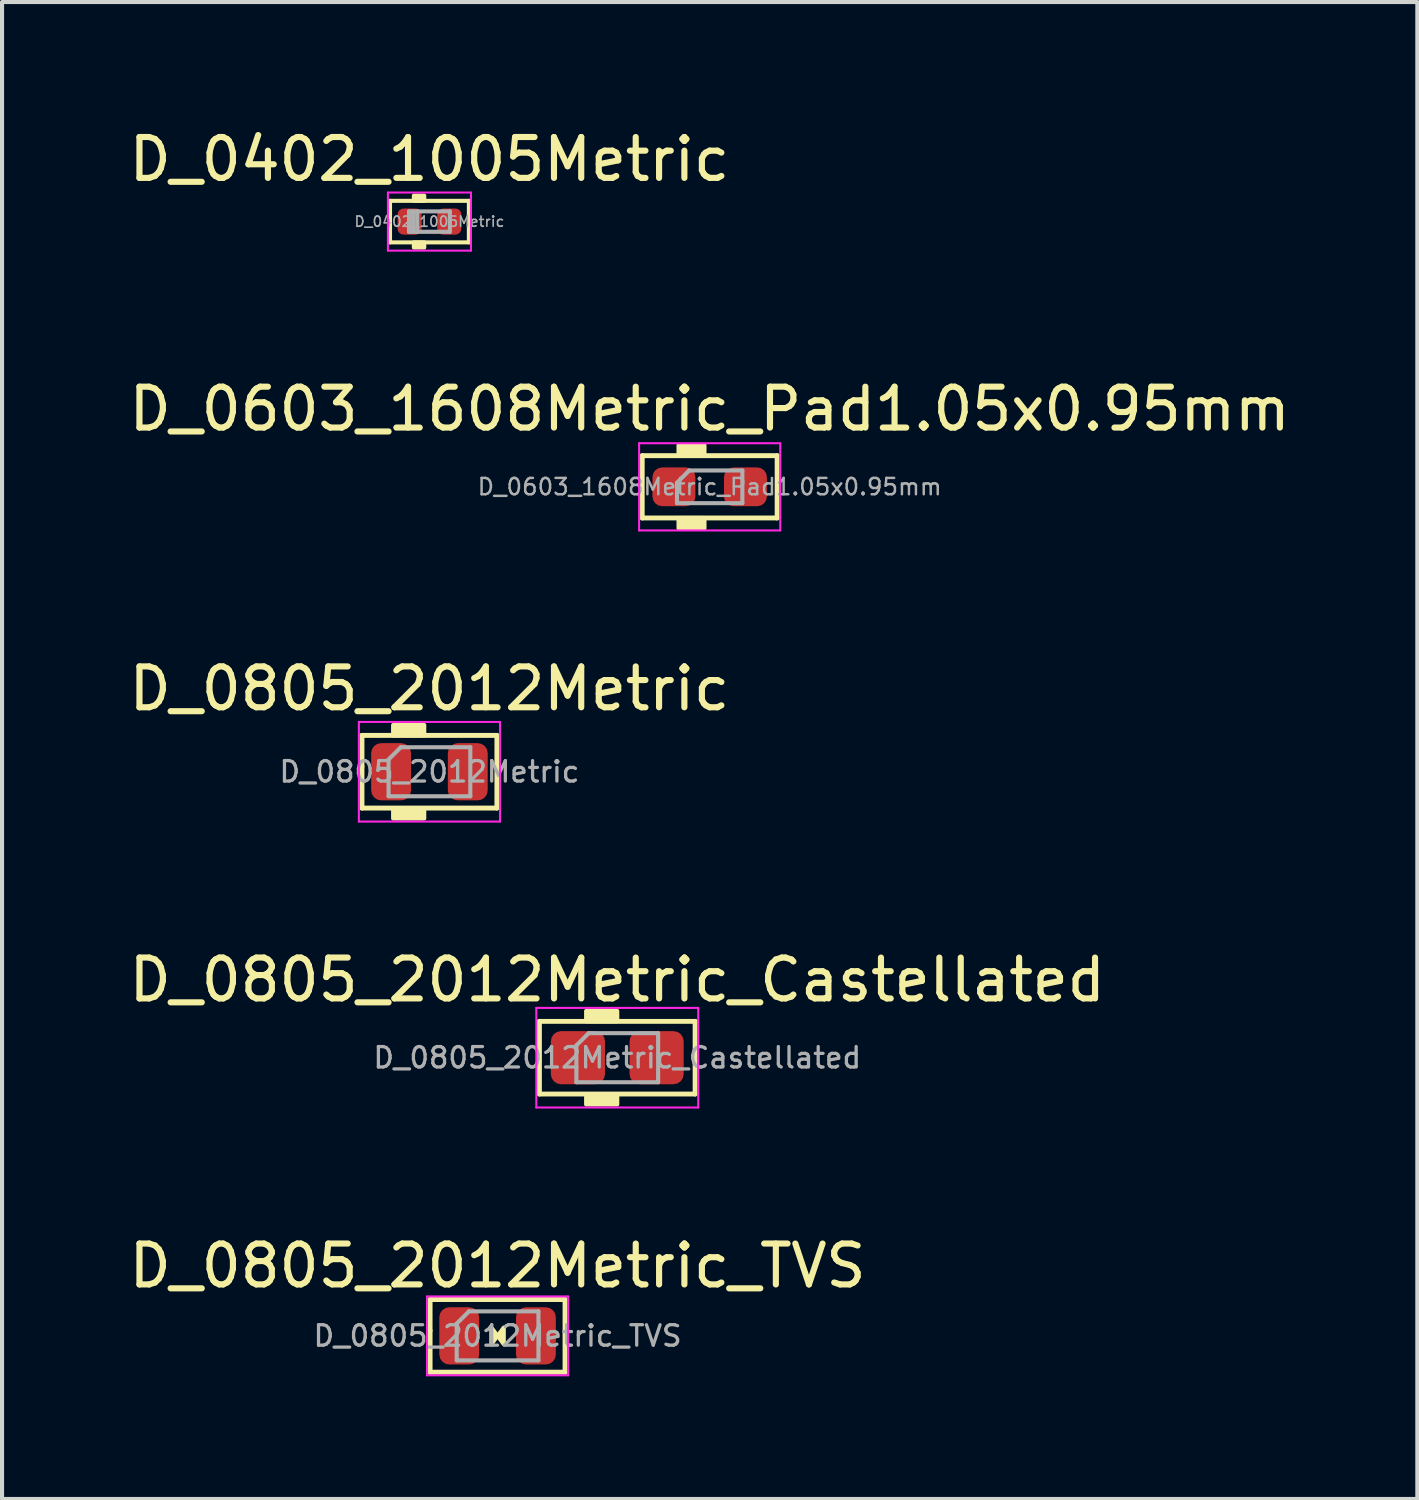
<source format=kicad_pcb>
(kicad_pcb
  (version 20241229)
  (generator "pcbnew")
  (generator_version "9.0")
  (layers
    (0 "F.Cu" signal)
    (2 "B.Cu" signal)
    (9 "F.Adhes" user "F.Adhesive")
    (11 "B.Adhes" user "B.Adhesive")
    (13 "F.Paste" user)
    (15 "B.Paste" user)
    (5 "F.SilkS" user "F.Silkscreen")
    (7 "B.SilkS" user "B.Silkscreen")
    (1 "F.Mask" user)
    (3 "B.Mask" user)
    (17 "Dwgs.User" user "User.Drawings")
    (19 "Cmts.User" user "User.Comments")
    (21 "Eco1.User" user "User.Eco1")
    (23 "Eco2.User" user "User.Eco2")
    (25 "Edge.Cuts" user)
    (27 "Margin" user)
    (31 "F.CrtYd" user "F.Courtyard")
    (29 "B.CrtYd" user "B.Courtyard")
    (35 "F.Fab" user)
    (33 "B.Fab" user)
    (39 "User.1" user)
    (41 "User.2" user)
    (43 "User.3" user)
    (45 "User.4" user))
  (footprint "D_0805_2012Metric_TVS"
    (layer "F.Cu")
    (at 9.125 29.638)
    (property "Reference" "D_0805_2012Metric_TVS" (at 0 -1.714 0) (layer "F.SilkS") (effects (font (size 1 1) (thickness 0.15))))
    (attr smd)
    (fp_line (start -1.651 -0.889) (end 1.651 -0.889) (stroke (width 0.12) (type solid)) (layer "F.SilkS"))
    (fp_line (start -1.651 -0.127) (end -1.651 -0.889) (stroke (width 0.12) (type solid)) (layer "F.SilkS"))
    (fp_line (start -1.651 0.889) (end -1.651 -0.127) (stroke (width 0.12) (type solid)) (layer "F.SilkS"))
    (fp_line (start 1.651 -0.889) (end 1.651 0.889) (stroke (width 0.12) (type solid)) (layer "F.SilkS"))
    (fp_line (start 1.651 0.889) (end -1.651 0.889) (stroke (width 0.12) (type solid)) (layer "F.SilkS"))
    (fp_poly (pts (xy 0 0) (xy -0.152 0.203) (xy -0.152 -0.203)) (stroke (width 0.1) (type solid)) (fill yes) (layer "F.SilkS"))
    (fp_poly (pts (xy 0 0) (xy 0.152 -0.203) (xy 0.152 0.203)) (stroke (width 0.1) (type solid)) (fill yes) (layer "F.SilkS"))
    (fp_line (start -1.727 -0.965) (end 1.727 -0.965) (stroke (width 0.05) (type solid)) (layer "F.CrtYd"))
    (fp_line (start -1.727 0.965) (end -1.727 -0.965) (stroke (width 0.05) (type solid)) (layer "F.CrtYd"))
    (fp_line (start 1.727 -0.965) (end 1.727 0.965) (stroke (width 0.05) (type solid)) (layer "F.CrtYd"))
    (fp_line (start 1.727 0.965) (end -1.727 0.965) (stroke (width 0.05) (type solid)) (layer "F.CrtYd"))
    (fp_line (start -1 -0.3) (end -1 0.6) (stroke (width 0.1) (type solid)) (layer "F.Fab"))
    (fp_line (start -1 0.6) (end 1 0.6) (stroke (width 0.1) (type solid)) (layer "F.Fab"))
    (fp_line (start -0.7 -0.6) (end -1 -0.3) (stroke (width 0.1) (type solid)) (layer "F.Fab"))
    (fp_line (start 1 -0.6) (end -0.7 -0.6) (stroke (width 0.1) (type solid)) (layer "F.Fab"))
    (fp_line (start 1 0.6) (end 1 -0.6) (stroke (width 0.1) (type solid)) (layer "F.Fab"))
    (fp_text user "${REFERENCE}" (at 0 0 0) (layer "F.Fab") (effects (font (size 0.5 0.5) (thickness 0.08))))
    (pad "1" smd roundrect (at -0.938 0) (size 0.975 1.4) (layers "F.Cu" "F.Mask" "F.Paste") (roundrect_rratio 0.25))
    (pad "2" smd roundrect (at 0.938 0) (size 0.975 1.4) (layers "F.Cu" "F.Mask" "F.Paste") (roundrect_rratio 0.25)))
  (footprint "D_0805_2012Metric_Castellated"
    (layer "F.Cu")
    (at 12.054 22.831)
    (property "Reference" "D_0805_2012Metric_Castellated" (at 0 -1.905 0) (layer "F.SilkS") (effects (font (size 1 1) (thickness 0.15))))
    (attr smd)
    (fp_line (start -1.905 -0.889) (end 1.905 -0.889) (stroke (width 0.12) (type solid)) (layer "F.SilkS"))
    (fp_line (start -1.905 0.889) (end -1.905 -0.889) (stroke (width 0.12) (type solid)) (layer "F.SilkS"))
    (fp_line (start 1.905 -0.889) (end 1.905 0.889) (stroke (width 0.12) (type solid)) (layer "F.SilkS"))
    (fp_line (start 1.905 0.889) (end -1.905 0.889) (stroke (width 0.12) (type solid)) (layer "F.SilkS"))
    (fp_poly (pts (xy 0 -0.889) (xy -0.762 -0.889) (xy -0.762 -1.143) (xy 0 -1.143)) (stroke (width 0.1) (type solid)) (fill yes) (layer "F.SilkS"))
    (fp_poly (pts (xy 0 1.143) (xy -0.762 1.143) (xy -0.762 0.889) (xy 0 0.889)) (stroke (width 0.1) (type solid)) (fill yes) (layer "F.SilkS"))
    (fp_line (start -1.981 -1.219) (end 1.981 -1.219) (stroke (width 0.05) (type solid)) (layer "F.CrtYd"))
    (fp_line (start -1.981 1.219) (end -1.981 -1.219) (stroke (width 0.05) (type solid)) (layer "F.CrtYd"))
    (fp_line (start 1.981 -1.219) (end 1.981 1.219) (stroke (width 0.05) (type solid)) (layer "F.CrtYd"))
    (fp_line (start 1.981 1.219) (end -1.981 1.219) (stroke (width 0.05) (type solid)) (layer "F.CrtYd"))
    (fp_line (start -1 -0.3) (end -1 0.6) (stroke (width 0.1) (type solid)) (layer "F.Fab"))
    (fp_line (start -1 0.6) (end 1 0.6) (stroke (width 0.1) (type solid)) (layer "F.Fab"))
    (fp_line (start -0.7 -0.6) (end -1 -0.3) (stroke (width 0.1) (type solid)) (layer "F.Fab"))
    (fp_line (start 1 -0.6) (end -0.7 -0.6) (stroke (width 0.1) (type solid)) (layer "F.Fab"))
    (fp_line (start 1 0.6) (end 1 -0.6) (stroke (width 0.1) (type solid)) (layer "F.Fab"))
    (fp_text user "${REFERENCE}" (at 0 0 0) (layer "F.Fab") (effects (font (size 0.5 0.5) (thickness 0.08))))
    (pad "1" smd roundrect (at -0.963 0) (size 1.325 1.3) (layers "F.Cu" "F.Mask" "F.Paste") (roundrect_rratio 0.192))
    (pad "2" smd roundrect (at 0.963 0) (size 1.325 1.3) (layers "F.Cu" "F.Mask" "F.Paste") (roundrect_rratio 0.192)))
  (footprint "D_0603_1608Metric_Pad1.05x0.95mm"
    (layer "F.Cu")
    (at 14.315 8.862)
    (property "Reference" "D_0603_1608Metric_Pad1.05x0.95mm" (at 0 -1.905 0) (layer "F.SilkS") (effects (font (size 1 1) (thickness 0.15))))
    (attr smd)
    (fp_line (start -1.651 -0.762) (end 1.651 -0.762) (stroke (width 0.12) (type solid)) (layer "F.SilkS"))
    (fp_line (start -1.651 0.762) (end -1.651 -0.762) (stroke (width 0.12) (type solid)) (layer "F.SilkS"))
    (fp_line (start 1.651 -0.762) (end 1.651 0.762) (stroke (width 0.12) (type solid)) (layer "F.SilkS"))
    (fp_line (start 1.651 0.762) (end -1.651 0.762) (stroke (width 0.12) (type solid)) (layer "F.SilkS"))
    (fp_poly (pts (xy -0.127 -0.762) (xy -0.762 -0.762) (xy -0.762 -1.016) (xy -0.127 -1.016)) (stroke (width 0.1) (type solid)) (fill yes) (layer "F.SilkS"))
    (fp_poly (pts (xy -0.127 1.016) (xy -0.762 1.016) (xy -0.762 0.762) (xy -0.127 0.762)) (stroke (width 0.1) (type solid)) (fill yes) (layer "F.SilkS"))
    (fp_line (start -1.727 -1.067) (end 1.727 -1.067) (stroke (width 0.05) (type solid)) (layer "F.CrtYd"))
    (fp_line (start -1.727 1.067) (end -1.727 -1.067) (stroke (width 0.05) (type solid)) (layer "F.CrtYd"))
    (fp_line (start 1.727 -1.067) (end 1.727 1.067) (stroke (width 0.05) (type solid)) (layer "F.CrtYd"))
    (fp_line (start 1.727 1.067) (end -1.727 1.067) (stroke (width 0.05) (type solid)) (layer "F.CrtYd"))
    (fp_line (start -0.8 -0.1) (end -0.8 0.4) (stroke (width 0.1) (type solid)) (layer "F.Fab"))
    (fp_line (start -0.8 0.4) (end 0.8 0.4) (stroke (width 0.1) (type solid)) (layer "F.Fab"))
    (fp_line (start -0.5 -0.4) (end -0.8 -0.1) (stroke (width 0.1) (type solid)) (layer "F.Fab"))
    (fp_line (start 0.8 -0.4) (end -0.5 -0.4) (stroke (width 0.1) (type solid)) (layer "F.Fab"))
    (fp_line (start 0.8 0.4) (end 0.8 -0.4) (stroke (width 0.1) (type solid)) (layer "F.Fab"))
    (fp_text user "${REFERENCE}" (at 0 0 0) (layer "F.Fab") (effects (font (size 0.4 0.4) (thickness 0.06))))
    (pad "1" smd roundrect (at -0.875 0) (size 1.05 0.95) (layers "F.Cu" "F.Mask" "F.Paste") (roundrect_rratio 0.25))
    (pad "2" smd roundrect (at 0.875 0) (size 1.05 0.95) (layers "F.Cu" "F.Mask" "F.Paste") (roundrect_rratio 0.25)))
  (footprint "D_0805_2012Metric"
    (layer "F.Cu")
    (at 7.458 15.834)
    (property "Reference" "D_0805_2012Metric" (at 0 -2.032 0) (layer "F.SilkS") (effects (font (size 1 1) (thickness 0.15))))
    (attr smd)
    (fp_line (start -1.651 -0.889) (end 1.651 -0.889) (stroke (width 0.12) (type solid)) (layer "F.SilkS"))
    (fp_line (start -1.651 -0.127) (end -1.651 -0.889) (stroke (width 0.12) (type solid)) (layer "F.SilkS"))
    (fp_line (start -1.651 0.889) (end -1.651 -0.127) (stroke (width 0.12) (type solid)) (layer "F.SilkS"))
    (fp_line (start 1.651 -0.889) (end 1.651 0.889) (stroke (width 0.12) (type solid)) (layer "F.SilkS"))
    (fp_line (start 1.651 0.889) (end -1.651 0.889) (stroke (width 0.12) (type solid)) (layer "F.SilkS"))
    (fp_poly (pts (xy -0.127 -0.889) (xy -0.889 -0.889) (xy -0.889 -1.143) (xy -0.127 -1.143)) (stroke (width 0.1) (type solid)) (fill yes) (layer "F.SilkS"))
    (fp_poly (pts (xy -0.127 1.143) (xy -0.889 1.143) (xy -0.889 0.889) (xy -0.127 0.889)) (stroke (width 0.1) (type solid)) (fill yes) (layer "F.SilkS"))
    (fp_line (start -1.727 -1.219) (end 1.727 -1.219) (stroke (width 0.05) (type solid)) (layer "F.CrtYd"))
    (fp_line (start -1.727 1.219) (end -1.727 -1.219) (stroke (width 0.05) (type solid)) (layer "F.CrtYd"))
    (fp_line (start 1.727 -1.219) (end 1.727 1.219) (stroke (width 0.05) (type solid)) (layer "F.CrtYd"))
    (fp_line (start 1.727 1.219) (end -1.727 1.219) (stroke (width 0.05) (type solid)) (layer "F.CrtYd"))
    (fp_line (start -1 -0.3) (end -1 0.6) (stroke (width 0.1) (type solid)) (layer "F.Fab"))
    (fp_line (start -1 0.6) (end 1 0.6) (stroke (width 0.1) (type solid)) (layer "F.Fab"))
    (fp_line (start -0.7 -0.6) (end -1 -0.3) (stroke (width 0.1) (type solid)) (layer "F.Fab"))
    (fp_line (start 1 -0.6) (end -0.7 -0.6) (stroke (width 0.1) (type solid)) (layer "F.Fab"))
    (fp_line (start 1 0.6) (end 1 -0.6) (stroke (width 0.1) (type solid)) (layer "F.Fab"))
    (fp_text user "${REFERENCE}" (at 0 0 0) (layer "F.Fab") (effects (font (size 0.5 0.5) (thickness 0.08))))
    (pad "1" smd roundrect (at -0.938 0) (size 0.975 1.4) (layers "F.Cu" "F.Mask" "F.Paste") (roundrect_rratio 0.25))
    (pad "2" smd roundrect (at 0.938 0) (size 0.975 1.4) (layers "F.Cu" "F.Mask" "F.Paste") (roundrect_rratio 0.25)))
  (footprint "D_0402_1005Metric"
    (layer "F.Cu")
    (at 7.458 2.372)
    (property "Reference" "D_0402_1005Metric" (at 0 -1.524 0) (layer "F.SilkS") (effects (font (size 1 1) (thickness 0.15))))
    (attr smd)
    (fp_line (start -0.965 -0.508) (end -0.965 0.508) (stroke (width 0.1) (type solid)) (layer "F.SilkS"))
    (fp_line (start -0.965 0.508) (end 0.965 0.508) (stroke (width 0.1) (type solid)) (layer "F.SilkS"))
    (fp_line (start 0.965 -0.508) (end -0.965 -0.508) (stroke (width 0.1) (type solid)) (layer "F.SilkS"))
    (fp_line (start 0.965 0.508) (end 0.965 -0.508) (stroke (width 0.1) (type solid)) (layer "F.SilkS"))
    (fp_poly (pts (xy -0.127 -0.508) (xy -0.381 -0.508) (xy -0.381 -0.635) (xy -0.127 -0.635)) (stroke (width 0.1) (type solid)) (fill yes) (layer "F.SilkS"))
    (fp_poly (pts (xy -0.127 0.635) (xy -0.381 0.635) (xy -0.381 0.508) (xy -0.127 0.508)) (stroke (width 0.1) (type solid)) (fill yes) (layer "F.SilkS"))
    (fp_line (start -1.016 -0.711) (end 1.016 -0.711) (stroke (width 0.05) (type solid)) (layer "F.CrtYd"))
    (fp_line (start -1.016 0.711) (end -1.016 -0.711) (stroke (width 0.05) (type solid)) (layer "F.CrtYd"))
    (fp_line (start 1.016 -0.711) (end 1.016 0.711) (stroke (width 0.05) (type solid)) (layer "F.CrtYd"))
    (fp_line (start 1.016 0.711) (end -1.016 0.711) (stroke (width 0.05) (type solid)) (layer "F.CrtYd"))
    (fp_line (start -0.5 -0.25) (end 0.5 -0.25) (stroke (width 0.1) (type solid)) (layer "F.Fab"))
    (fp_line (start -0.5 0.25) (end -0.5 -0.25) (stroke (width 0.1) (type solid)) (layer "F.Fab"))
    (fp_line (start -0.4 0.25) (end -0.4 -0.25) (stroke (width 0.1) (type solid)) (layer "F.Fab"))
    (fp_line (start -0.3 0.25) (end -0.3 -0.25) (stroke (width 0.1) (type solid)) (layer "F.Fab"))
    (fp_line (start 0.5 -0.25) (end 0.5 0.25) (stroke (width 0.1) (type solid)) (layer "F.Fab"))
    (fp_line (start 0.5 0.25) (end -0.5 0.25) (stroke (width 0.1) (type solid)) (layer "F.Fab"))
    (fp_text user "${REFERENCE}" (at 0 0 0) (layer "F.Fab") (effects (font (size 0.25 0.25) (thickness 0.04))))
    (pad "1" smd roundrect (at -0.485 0) (size 0.59 0.64) (layers "F.Cu" "F.Mask" "F.Paste") (roundrect_rratio 0.25))
    (pad "2" smd roundrect (at 0.485 0) (size 0.59 0.64) (layers "F.Cu" "F.Mask" "F.Paste") (roundrect_rratio 0.25)))
  (gr_rect
    (start -3 -3)
    (end 31.631 33.628)
    (stroke (width 0.1) (type default))
    (fill no)
    (layer "Edge.Cuts")))
</source>
